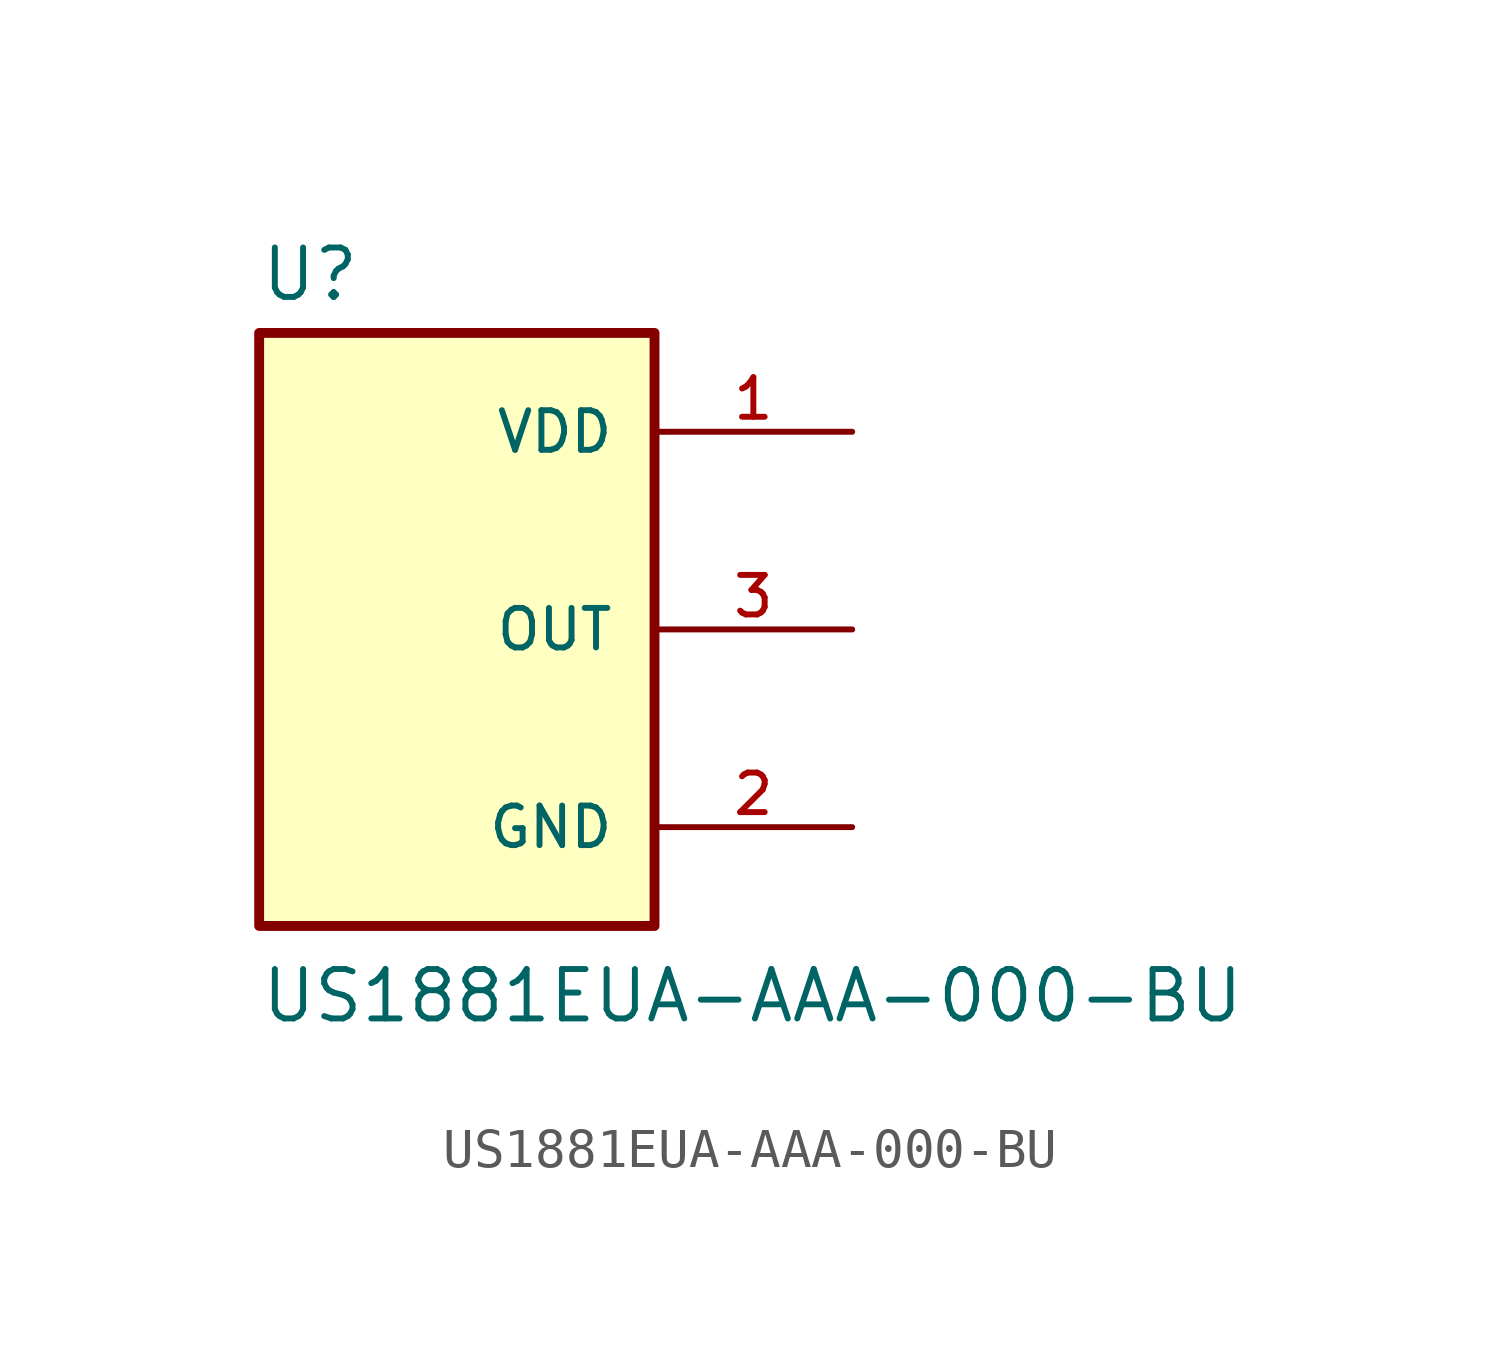
<source format=kicad_sym>
(kicad_symbol_lib
  (version 20211014)
  (generator kicad_symbol_editor)
  (symbol "US1881EUA-AAA-000-BU"
    (pin_names
      (offset 1.016))
    (property "Reference" "U"
      (at -5.08 8.382 0)
      (effects (font (size 1.27 1.27)) (justify bottom left)))
    (property "Value" "US1881EUA-AAA-000-BU"
      (at -5.08 -10.16 0)
      (effects (font (size 1.27 1.27)) (justify bottom left)))
    (symbol "US1881EUA-AAA-000-BU_0_0"
      (rectangle (start -5.08 -7.62) (end 5.08 7.62) (stroke (width 0.254)) (fill (type background)))
      (pin power_in line (at 10.16 5.08 180.0) (length 5.08) (name "VDD" (effects (font (size 1.016 1.016)))) (number "1" (effects (font (size 1.016 1.016)))))
      (pin output line (at 10.16 0.0 180.0) (length 5.08) (name "OUT" (effects (font (size 1.016 1.016)))) (number "3" (effects (font (size 1.016 1.016)))))
      (pin power_in line (at 10.16 -5.08 180.0) (length 5.08) (name "GND" (effects (font (size 1.016 1.016)))) (number "2" (effects (font (size 1.016 1.016))))))))
</source>
